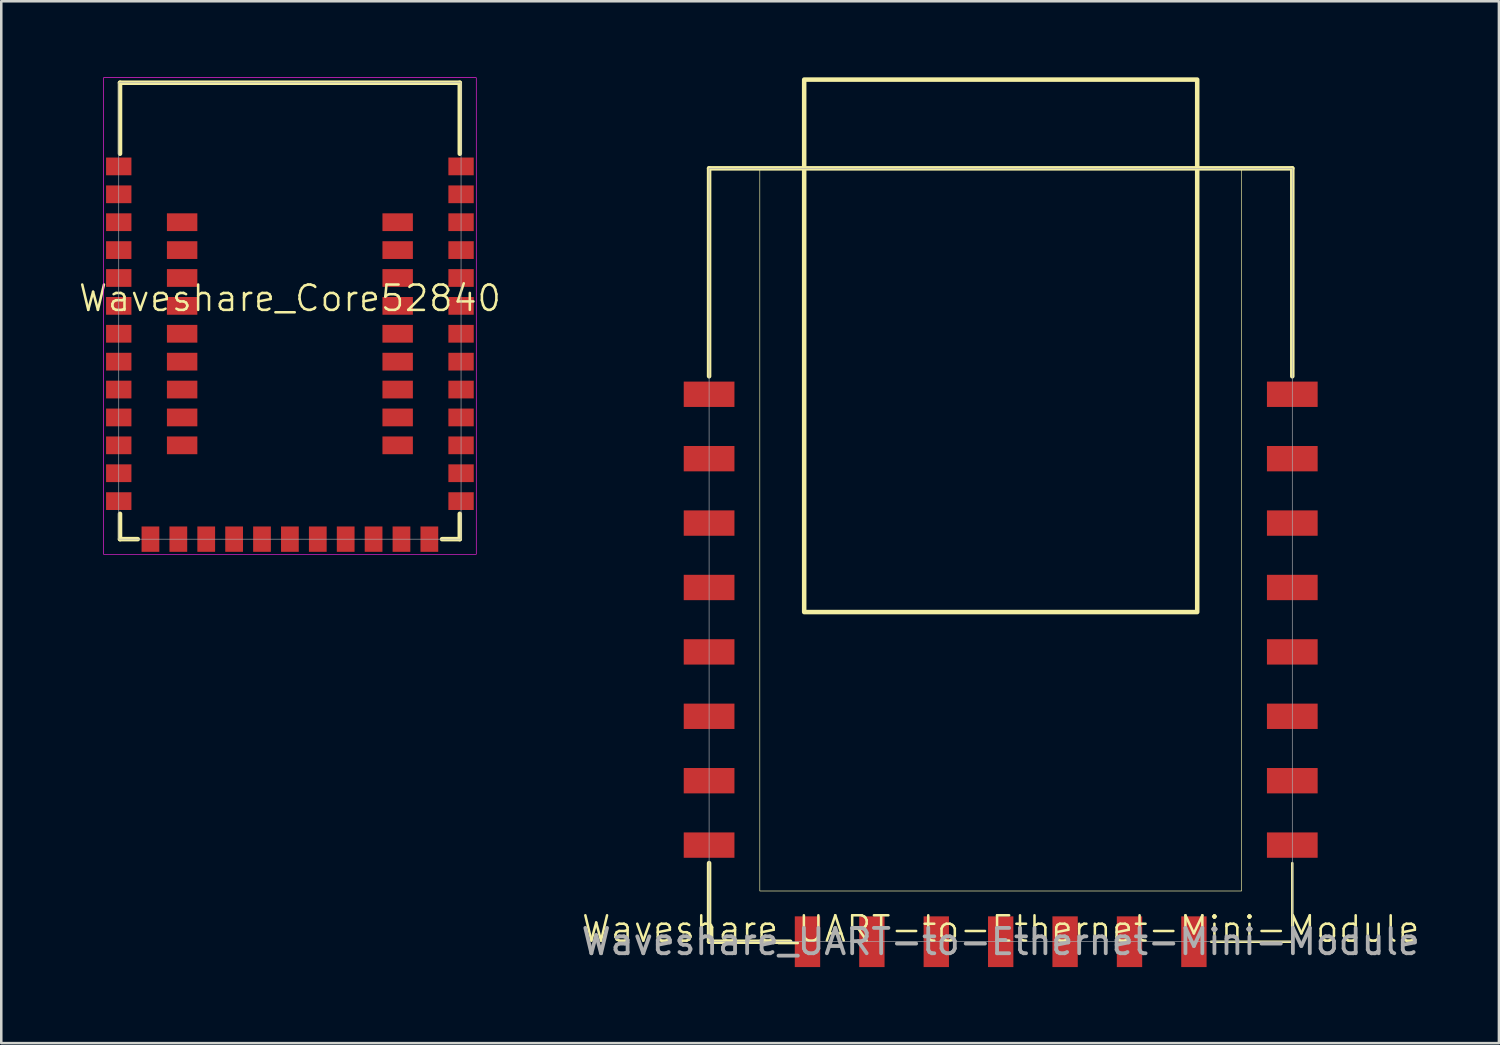
<source format=kicad_pcb>
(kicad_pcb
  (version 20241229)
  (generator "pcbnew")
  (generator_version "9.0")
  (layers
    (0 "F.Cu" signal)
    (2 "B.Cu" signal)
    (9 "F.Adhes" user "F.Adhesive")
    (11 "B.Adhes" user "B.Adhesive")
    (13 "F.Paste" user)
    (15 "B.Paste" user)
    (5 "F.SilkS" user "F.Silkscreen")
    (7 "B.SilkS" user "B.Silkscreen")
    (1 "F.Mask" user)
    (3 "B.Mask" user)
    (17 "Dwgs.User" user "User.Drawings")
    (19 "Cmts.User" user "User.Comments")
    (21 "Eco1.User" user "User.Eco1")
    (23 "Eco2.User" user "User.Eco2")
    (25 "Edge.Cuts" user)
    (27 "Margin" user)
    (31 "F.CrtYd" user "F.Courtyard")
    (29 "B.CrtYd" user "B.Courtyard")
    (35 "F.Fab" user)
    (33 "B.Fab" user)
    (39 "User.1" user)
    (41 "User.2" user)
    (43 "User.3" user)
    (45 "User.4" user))
  (footprint "Waveshare_UART-to-Ethernet-Mini-Module"
    (layer "F.Cu")
    (at 36.415 34.089)
    (property "Reference" "Waveshare_UART-to-Ethernet-Mini-Module" (at 0 -0.5 0) (unlocked yes) (layer "F.SilkS") (effects (font (size 1 1) (thickness 0.1))))
    (attr smd)
    (fp_line (start -11.5 -22.3) (end -11.5 -30.5) (stroke (width 0.178) (type solid)) (layer "F.SilkS"))
    (fp_line (start -11.5 -3.1) (end -11.5 0) (stroke (width 0.178) (type solid)) (layer "F.SilkS"))
    (fp_line (start -8.3 0) (end -11.5 0) (stroke (width 0.178) (type solid)) (layer "F.SilkS"))
    (fp_line (start 8.3 0) (end 11.5 0) (stroke (width 0.1) (type default)) (layer "F.SilkS"))
    (fp_line (start 11.5 -30.5) (end -11.5 -30.5) (stroke (width 0.178) (type solid)) (layer "F.SilkS"))
    (fp_line (start 11.5 -22.3) (end 11.5 -30.5) (stroke (width 0.178) (type solid)) (layer "F.SilkS"))
    (fp_line (start 11.5 -3.1) (end 11.5 0) (stroke (width 0.1) (type default)) (layer "F.SilkS"))
    (fp_rect (start -9.5 -30.5) (end 9.5 -2) (stroke (width 0.025) (type solid)) (fill no) (layer "F.SilkS"))
    (fp_rect (start -7.75 -34) (end 7.75 -13) (stroke (width 0.178) (type solid)) (fill no) (layer "F.SilkS"))
    (fp_rect (start -11.5 -30.5) (end 11.5 0) (stroke (width 0.025) (type solid)) (fill no) (layer "F.Fab"))
    (fp_text user "${REFERENCE}" (at 0 0 0) (unlocked yes) (layer "F.Fab") (effects (font (size 1 1) (thickness 0.15))))
    (pad "1" smd rect (at -11.5 -21.59) (size 2 1) (layers "F.Cu" "F.Mask" "F.Paste"))
    (pad "2" smd rect (at -11.5 -19.05) (size 2 1) (layers "F.Cu" "F.Mask" "F.Paste"))
    (pad "3" smd rect (at -11.5 -16.51) (size 2 1) (layers "F.Cu" "F.Mask" "F.Paste"))
    (pad "4" smd rect (at -11.5 -13.97) (size 2 1) (layers "F.Cu" "F.Mask" "F.Paste"))
    (pad "5" smd rect (at -11.5 -11.43) (size 2 1) (layers "F.Cu" "F.Mask" "F.Paste"))
    (pad "6" smd rect (at -11.5 -8.89) (size 2 1) (layers "F.Cu" "F.Mask" "F.Paste"))
    (pad "7" smd rect (at -11.5 -6.35) (size 2 1) (layers "F.Cu" "F.Mask" "F.Paste"))
    (pad "8" smd rect (at -11.5 -3.81) (size 2 1) (layers "F.Cu" "F.Mask" "F.Paste"))
    (pad "9" smd rect (at -7.62 0) (size 1 2) (layers "F.Cu" "F.Mask" "F.Paste"))
    (pad "10" smd rect (at -5.08 0) (size 1 2) (layers "F.Cu" "F.Mask" "F.Paste"))
    (pad "11" smd rect (at -2.54 0) (size 1 2) (layers "F.Cu" "F.Mask" "F.Paste"))
    (pad "12" smd rect (at 0 0) (size 1 2) (layers "F.Cu" "F.Mask" "F.Paste"))
    (pad "13" smd rect (at 2.54 0) (size 1 2) (layers "F.Cu" "F.Mask" "F.Paste"))
    (pad "14" smd rect (at 5.08 0) (size 1 2) (layers "F.Cu" "F.Mask" "F.Paste"))
    (pad "15" smd rect (at 7.62 0) (size 1 2) (layers "F.Cu" "F.Mask" "F.Paste"))
    (pad "16" smd rect (at 11.5 -3.81) (size 2 1) (layers "F.Cu" "F.Mask" "F.Paste"))
    (pad "17" smd rect (at 11.5 -6.35) (size 2 1) (layers "F.Cu" "F.Mask" "F.Paste"))
    (pad "18" smd rect (at 11.5 -8.89) (size 2 1) (layers "F.Cu" "F.Mask" "F.Paste"))
    (pad "19" smd rect (at 11.5 -11.43) (size 2 1) (layers "F.Cu" "F.Mask" "F.Paste"))
    (pad "20" smd rect (at 11.5 -13.97) (size 2 1) (layers "F.Cu" "F.Mask" "F.Paste"))
    (pad "21" smd rect (at 11.5 -16.51) (size 2 1) (layers "F.Cu" "F.Mask" "F.Paste"))
    (pad "22" smd rect (at 11.5 -19.05) (size 2 1) (layers "F.Cu" "F.Mask" "F.Paste"))
    (pad "23" smd rect (at 11.5 -21.59) (size 2 1) (layers "F.Cu" "F.Mask" "F.Paste")))
  (footprint "Waveshare_Core52840"
    (layer "F.Cu")
    (at 8.383 9.213)
    (property "Reference" "Waveshare_Core52840" (at 0 -0.5 0) (unlocked yes) (layer "F.SilkS") (effects (font (size 1 1) (thickness 0.1))))
    (attr smd)
    (fp_line (start -6.7 -9) (end 6.7 -9) (stroke (width 0.178) (type default)) (layer "F.SilkS"))
    (fp_line (start -6.7 -6.2) (end -6.7 -9) (stroke (width 0.178) (type default)) (layer "F.SilkS"))
    (fp_line (start -6.7 8) (end -6.7 9) (stroke (width 0.178) (type default)) (layer "F.SilkS"))
    (fp_line (start -6.7 9) (end -6 9) (stroke (width 0.178) (type default)) (layer "F.SilkS"))
    (fp_line (start 6 9) (end 6.7 9) (stroke (width 0.178) (type default)) (layer "F.SilkS"))
    (fp_line (start 6.7 -9) (end 6.7 -6.2) (stroke (width 0.178) (type default)) (layer "F.SilkS"))
    (fp_line (start 6.7 9) (end 6.7 8) (stroke (width 0.178) (type default)) (layer "F.SilkS"))
    (fp_rect (start -7.35 9.6) (end 7.35 -9.2) (stroke (width 0.025) (type default)) (fill no) (layer "F.CrtYd"))
    (fp_rect (start -6.75 9) (end 6.75 -9) (stroke (width 0.025) (type default)) (fill no) (layer "F.Fab"))
    (pad "1" smd rect (at -6.75 -5.7) (size 1 0.7) (layers "F.Cu" "F.Mask" "F.Paste"))
    (pad "2" smd rect (at -6.75 -4.6) (size 1 0.7) (layers "F.Cu" "F.Mask" "F.Paste"))
    (pad "3" smd rect (at -6.75 -3.5) (size 1 0.7) (layers "F.Cu" "F.Mask" "F.Paste"))
    (pad "4" smd rect (at -6.75 -2.4) (size 1 0.7) (layers "F.Cu" "F.Mask" "F.Paste"))
    (pad "5" smd rect (at -6.75 -1.3) (size 1 0.7) (layers "F.Cu" "F.Mask" "F.Paste"))
    (pad "6" smd rect (at -6.75 -0.2) (size 1 0.7) (layers "F.Cu" "F.Mask" "F.Paste"))
    (pad "7" smd rect (at -6.75 0.9) (size 1 0.7) (layers "F.Cu" "F.Mask" "F.Paste"))
    (pad "8" smd rect (at -6.75 2) (size 1 0.7) (layers "F.Cu" "F.Mask" "F.Paste"))
    (pad "9" smd rect (at -6.75 3.1) (size 1 0.7) (layers "F.Cu" "F.Mask" "F.Paste"))
    (pad "10" smd rect (at -6.75 4.2) (size 1 0.7) (layers "F.Cu" "F.Mask" "F.Paste"))
    (pad "11" smd rect (at -6.75 5.3) (size 1 0.7) (layers "F.Cu" "F.Mask" "F.Paste"))
    (pad "12" smd rect (at -6.75 6.4) (size 1 0.7) (layers "F.Cu" "F.Mask" "F.Paste"))
    (pad "13" smd rect (at -6.75 7.5) (size 1 0.7) (layers "F.Cu" "F.Mask" "F.Paste"))
    (pad "14" smd rect (at -5.5 9) (size 0.7 1) (layers "F.Cu" "F.Mask" "F.Paste"))
    (pad "15" smd rect (at -4.4 9) (size 0.7 1) (layers "F.Cu" "F.Mask" "F.Paste"))
    (pad "16" smd rect (at -3.3 9) (size 0.7 1) (layers "F.Cu" "F.Mask" "F.Paste"))
    (pad "17" smd rect (at -2.2 9) (size 0.7 1) (layers "F.Cu" "F.Mask" "F.Paste"))
    (pad "18" smd rect (at -1.1 9) (size 0.7 1) (layers "F.Cu" "F.Mask" "F.Paste"))
    (pad "19" smd rect (at 0 9) (size 0.7 1) (layers "F.Cu" "F.Mask" "F.Paste"))
    (pad "20" smd rect (at 1.1 9) (size 0.7 1) (layers "F.Cu" "F.Mask" "F.Paste"))
    (pad "21" smd rect (at 2.2 9) (size 0.7 1) (layers "F.Cu" "F.Mask" "F.Paste"))
    (pad "22" smd rect (at 3.3 9) (size 0.7 1) (layers "F.Cu" "F.Mask" "F.Paste"))
    (pad "23" smd rect (at 4.4 9) (size 0.7 1) (layers "F.Cu" "F.Mask" "F.Paste"))
    (pad "24" smd rect (at 5.5 9) (size 0.7 1) (layers "F.Cu" "F.Mask" "F.Paste"))
    (pad "25" smd rect (at 6.75 7.5) (size 1 0.7) (layers "F.Cu" "F.Mask" "F.Paste"))
    (pad "26" smd rect (at 6.75 6.4) (size 1 0.7) (layers "F.Cu" "F.Mask" "F.Paste"))
    (pad "27" smd rect (at 6.75 5.3) (size 1 0.7) (layers "F.Cu" "F.Mask" "F.Paste"))
    (pad "28" smd rect (at 6.75 4.2) (size 1 0.7) (layers "F.Cu" "F.Mask" "F.Paste"))
    (pad "29" smd rect (at 6.75 3.1) (size 1 0.7) (layers "F.Cu" "F.Mask" "F.Paste"))
    (pad "30" smd rect (at 6.75 2) (size 1 0.7) (layers "F.Cu" "F.Mask" "F.Paste"))
    (pad "31" smd rect (at 6.75 0.9) (size 1 0.7) (layers "F.Cu" "F.Mask" "F.Paste"))
    (pad "32" smd rect (at 6.75 -0.2) (size 1 0.7) (layers "F.Cu" "F.Mask" "F.Paste"))
    (pad "33" smd rect (at 6.75 -1.3) (size 1 0.7) (layers "F.Cu" "F.Mask" "F.Paste"))
    (pad "34" smd rect (at 6.75 -2.4) (size 1 0.7) (layers "F.Cu" "F.Mask" "F.Paste"))
    (pad "35" smd rect (at 6.75 -3.5) (size 1 0.7) (layers "F.Cu" "F.Mask" "F.Paste"))
    (pad "36" smd rect (at 6.75 -4.6) (size 1 0.7) (layers "F.Cu" "F.Mask" "F.Paste"))
    (pad "37" smd rect (at 6.75 -5.7) (size 1 0.7) (layers "F.Cu" "F.Mask" "F.Paste"))
    (pad "38" smd rect (at -4.25 -3.5) (size 1.2 0.7) (layers "F.Cu" "F.Mask" "F.Paste"))
    (pad "39" smd rect (at -4.25 -2.4) (size 1.2 0.7) (layers "F.Cu" "F.Mask" "F.Paste"))
    (pad "40" smd rect (at -4.25 -1.3) (size 1.2 0.7) (layers "F.Cu" "F.Mask" "F.Paste"))
    (pad "41" smd rect (at -4.25 -0.2) (size 1.2 0.7) (layers "F.Cu" "F.Mask" "F.Paste"))
    (pad "42" smd rect (at -4.25 0.9) (size 1.2 0.7) (layers "F.Cu" "F.Mask" "F.Paste"))
    (pad "43" smd rect (at -4.25 2) (size 1.2 0.7) (layers "F.Cu" "F.Mask" "F.Paste"))
    (pad "44" smd rect (at -4.25 3.1) (size 1.2 0.7) (layers "F.Cu" "F.Mask" "F.Paste"))
    (pad "45" smd rect (at -4.25 4.2) (size 1.2 0.7) (layers "F.Cu" "F.Mask" "F.Paste"))
    (pad "46" smd rect (at -4.25 5.3) (size 1.2 0.7) (layers "F.Cu" "F.Mask" "F.Paste"))
    (pad "47" smd rect (at 4.25 5.3) (size 1.2 0.7) (layers "F.Cu" "F.Mask" "F.Paste"))
    (pad "48" smd rect (at 4.25 4.2) (size 1.2 0.7) (layers "F.Cu" "F.Mask" "F.Paste"))
    (pad "49" smd rect (at 4.25 3.1) (size 1.2 0.7) (layers "F.Cu" "F.Mask" "F.Paste"))
    (pad "50" smd rect (at 4.25 2) (size 1.2 0.7) (layers "F.Cu" "F.Mask" "F.Paste"))
    (pad "51" smd rect (at 4.25 0.9) (size 1.2 0.7) (layers "F.Cu" "F.Mask" "F.Paste"))
    (pad "52" smd rect (at 4.25 -0.2) (size 1.2 0.7) (layers "F.Cu" "F.Mask" "F.Paste"))
    (pad "53" smd rect (at 4.25 -1.3) (size 1.2 0.7) (layers "F.Cu" "F.Mask" "F.Paste"))
    (pad "54" smd rect (at 4.25 -2.4) (size 1.2 0.7) (layers "F.Cu" "F.Mask" "F.Paste"))
    (pad "55" smd rect (at 4.25 -3.5) (size 1.2 0.7) (layers "F.Cu" "F.Mask" "F.Paste")))
  (gr_rect
    (start -3 -3)
    (end 56.064 38.089)
    (stroke (width 0.1) (type default))
    (fill no)
    (layer "Edge.Cuts")))
</source>
